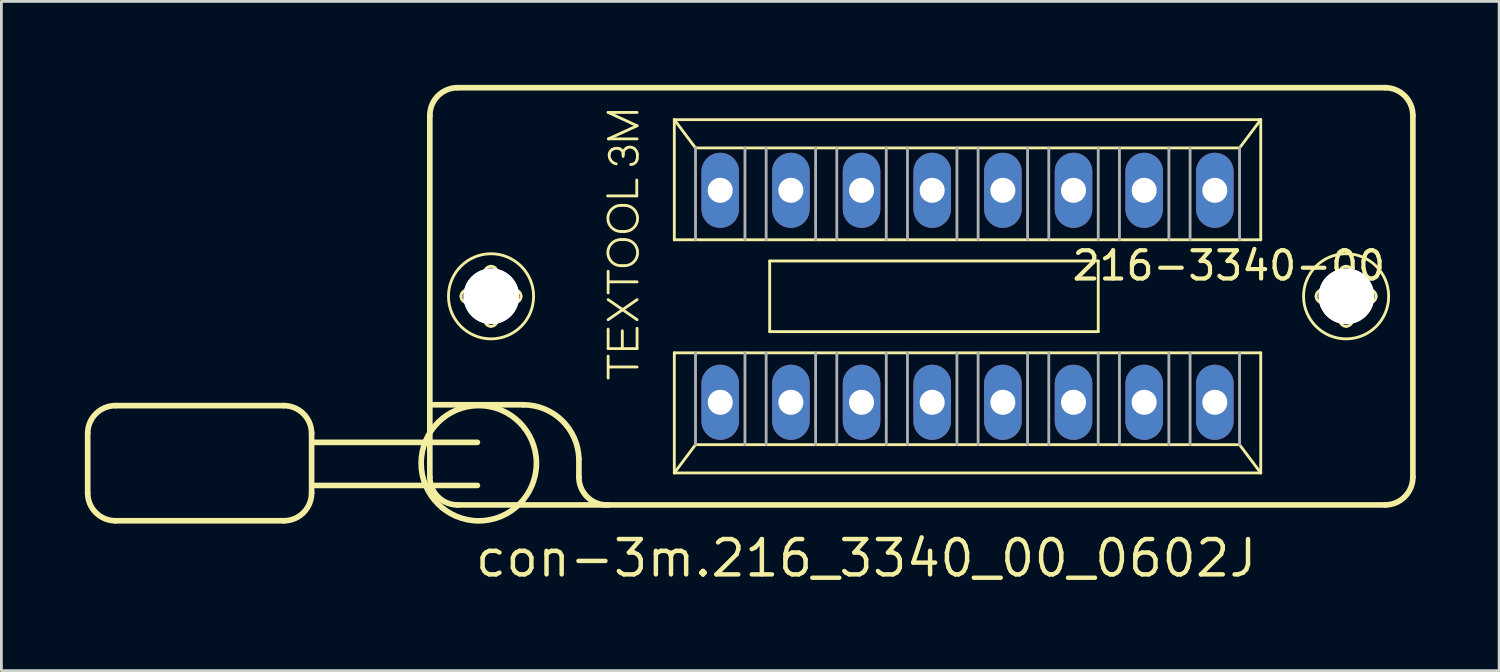
<source format=kicad_pcb>
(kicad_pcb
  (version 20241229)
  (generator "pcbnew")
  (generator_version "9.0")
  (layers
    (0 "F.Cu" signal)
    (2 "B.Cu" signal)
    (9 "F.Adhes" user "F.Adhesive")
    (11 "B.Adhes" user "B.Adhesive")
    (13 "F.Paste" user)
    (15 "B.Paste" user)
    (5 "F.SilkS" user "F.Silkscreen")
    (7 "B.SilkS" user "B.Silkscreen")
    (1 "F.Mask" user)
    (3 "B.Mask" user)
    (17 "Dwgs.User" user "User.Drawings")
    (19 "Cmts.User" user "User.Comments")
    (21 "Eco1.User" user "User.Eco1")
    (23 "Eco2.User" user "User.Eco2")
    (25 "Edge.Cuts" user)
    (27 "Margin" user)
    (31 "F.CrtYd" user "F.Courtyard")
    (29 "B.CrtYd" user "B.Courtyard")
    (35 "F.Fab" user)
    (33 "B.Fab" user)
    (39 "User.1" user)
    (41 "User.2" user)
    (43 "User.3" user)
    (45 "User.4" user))
  (footprint "con-3m.216_3340_00_0602J"
    (layer "F.Cu")
    (at 31.732 7.602)
    (property "Reference" "con-3m.216_3340_00_0602J" (at -17.78 10.16 0) (layer "F.SilkS") (effects (font (size 1.27 1.27) (thickness 0.16)) (justify left bottom)))
    (attr through_hole)
    (fp_line (start -31.63 4.93) (end -31.63 7.07) (stroke (width 0.203) (type default)) (layer "F.SilkS"))
    (fp_line (start -30.63 3.93) (end -24.58 3.93) (stroke (width 0.203) (type default)) (layer "F.SilkS"))
    (fp_line (start -24.58 8.07) (end -30.63 8.07) (stroke (width 0.203) (type default)) (layer "F.SilkS"))
    (fp_line (start -23.58 4.93) (end -23.58 7.07) (stroke (width 0.203) (type default)) (layer "F.SilkS"))
    (fp_line (start -19.33 6.5) (end -19.33 -6.5) (stroke (width 0.203) (type default)) (layer "F.SilkS"))
    (fp_line (start -19.22 3.9) (end -15.97 3.9) (stroke (width 0.203) (type default)) (layer "F.SilkS"))
    (fp_line (start -18.33 -7.5) (end 15.01 -7.5) (stroke (width 0.203) (type default)) (layer "F.SilkS"))
    (fp_line (start -17.98 -0.23) (end -17.43 -0.23) (stroke (width 0.102) (type default)) (layer "F.SilkS"))
    (fp_line (start -17.62 5.25) (end -23.53 5.25) (stroke (width 0.203) (type default)) (layer "F.SilkS"))
    (fp_line (start -17.62 6.8) (end -23.53 6.8) (stroke (width 0.203) (type default)) (layer "F.SilkS"))
    (fp_line (start -17.44 0.23) (end -17.98 0.23) (stroke (width 0.102) (type default)) (layer "F.SilkS"))
    (fp_line (start -17.36 -0.31) (end -17.36 -0.85) (stroke (width 0.102) (type default)) (layer "F.SilkS"))
    (fp_line (start -17.36 0.85) (end -17.36 0.3) (stroke (width 0.102) (type default)) (layer "F.SilkS"))
    (fp_line (start -16.9 -0.85) (end -16.9 -0.3) (stroke (width 0.102) (type default)) (layer "F.SilkS"))
    (fp_line (start -16.9 0.31) (end -16.9 0.85) (stroke (width 0.102) (type default)) (layer "F.SilkS"))
    (fp_line (start -16.82 -0.23) (end -16.28 -0.23) (stroke (width 0.102) (type default)) (layer "F.SilkS"))
    (fp_line (start -16.28 0.23) (end -16.83 0.23) (stroke (width 0.102) (type default)) (layer "F.SilkS"))
    (fp_line (start -13.97 5.85) (end -13.97 6.5) (stroke (width 0.203) (type default)) (layer "F.SilkS"))
    (fp_line (start -12.94 -3.61) (end -11.89 -3.61) (stroke (width 0.102) (type default)) (layer "F.SilkS"))
    (fp_line (start -12.92 -6.61) (end -11.88 -6.61) (stroke (width 0.102) (type default)) (layer "F.SilkS"))
    (fp_line (start -12.92 -0.12) (end -12.92 -0.9) (stroke (width 0.102) (type default)) (layer "F.SilkS"))
    (fp_line (start -12.92 0.12) (end -11.88 0.84) (stroke (width 0.102) (type default)) (layer "F.SilkS"))
    (fp_line (start -12.92 0.84) (end -11.88 0.12) (stroke (width 0.102) (type default)) (layer "F.SilkS"))
    (fp_line (start -12.92 1.18) (end -12.92 1.88) (stroke (width 0.102) (type default)) (layer "F.SilkS"))
    (fp_line (start -12.92 1.88) (end -11.88 1.88) (stroke (width 0.102) (type default)) (layer "F.SilkS"))
    (fp_line (start -12.92 2.94) (end -12.92 2.15) (stroke (width 0.102) (type default)) (layer "F.SilkS"))
    (fp_line (start -12.91 -5.66) (end -11.88 -6.13) (stroke (width 0.102) (type default)) (layer "F.SilkS"))
    (fp_line (start -12.91 2.54) (end -11.88 2.54) (stroke (width 0.102) (type default)) (layer "F.SilkS"))
    (fp_line (start -12.9 -0.52) (end -11.88 -0.52) (stroke (width 0.102) (type default)) (layer "F.SilkS"))
    (fp_line (start -12.46 -3.27) (end -12.33 -3.27) (stroke (width 0.102) (type default)) (layer "F.SilkS"))
    (fp_line (start -12.46 -2.33) (end -12.33 -2.33) (stroke (width 0.102) (type default)) (layer "F.SilkS"))
    (fp_line (start -12.46 -2.04) (end -12.33 -2.04) (stroke (width 0.102) (type default)) (layer "F.SilkS"))
    (fp_line (start -12.46 -1.1) (end -12.33 -1.1) (stroke (width 0.102) (type default)) (layer "F.SilkS"))
    (fp_line (start -12.41 1.24) (end -12.41 1.84) (stroke (width 0.102) (type default)) (layer "F.SilkS"))
    (fp_line (start -12.38 -5.03) (end -12.38 -5.12) (stroke (width 0.102) (type default)) (layer "F.SilkS"))
    (fp_line (start -11.89 -3.61) (end -11.89 -4.18) (stroke (width 0.102) (type default)) (layer "F.SilkS"))
    (fp_line (start -11.88 -6.13) (end -12.92 -6.61) (stroke (width 0.102) (type default)) (layer "F.SilkS"))
    (fp_line (start -11.88 -5.66) (end -12.91 -5.66) (stroke (width 0.102) (type default)) (layer "F.SilkS"))
    (fp_line (start -11.88 1.88) (end -11.88 1.15) (stroke (width 0.102) (type default)) (layer "F.SilkS"))
    (fp_line (start -10.541 -6.35) (end 10.541 -6.35) (stroke (width 0.102) (type default)) (layer "F.SilkS"))
    (fp_line (start -10.541 -2.032) (end -10.541 -6.35) (stroke (width 0.102) (type default)) (layer "F.SilkS"))
    (fp_line (start -10.541 2.032) (end 10.541 2.032) (stroke (width 0.102) (type default)) (layer "F.SilkS"))
    (fp_line (start -10.541 6.35) (end -10.541 2.032) (stroke (width 0.102) (type default)) (layer "F.SilkS"))
    (fp_line (start -10.541 6.35) (end -9.779 5.334) (stroke (width 0.102) (type default)) (layer "F.SilkS"))
    (fp_line (start -9.779 -5.334) (end -10.541 -6.35) (stroke (width 0.102) (type default)) (layer "F.SilkS"))
    (fp_line (start -9.779 5.334) (end 9.779 5.334) (stroke (width 0.102) (type default)) (layer "F.SilkS"))
    (fp_line (start -7.112 -1.27) (end 4.699 -1.27) (stroke (width 0.102) (type default)) (layer "F.SilkS"))
    (fp_line (start -7.112 1.27) (end -7.112 -1.27) (stroke (width 0.102) (type default)) (layer "F.SilkS"))
    (fp_line (start 4.699 -1.27) (end 4.699 1.27) (stroke (width 0.102) (type default)) (layer "F.SilkS"))
    (fp_line (start 4.699 1.27) (end -7.112 1.27) (stroke (width 0.102) (type default)) (layer "F.SilkS"))
    (fp_line (start 9.779 -5.334) (end -9.779 -5.334) (stroke (width 0.102) (type default)) (layer "F.SilkS"))
    (fp_line (start 9.779 5.334) (end 10.541 6.35) (stroke (width 0.102) (type default)) (layer "F.SilkS"))
    (fp_line (start 10.541 -6.35) (end 9.779 -5.334) (stroke (width 0.102) (type default)) (layer "F.SilkS"))
    (fp_line (start 10.541 -6.35) (end 10.541 -2.032) (stroke (width 0.102) (type default)) (layer "F.SilkS"))
    (fp_line (start 10.541 -2.032) (end -10.541 -2.032) (stroke (width 0.102) (type default)) (layer "F.SilkS"))
    (fp_line (start 10.541 2.032) (end 10.541 6.35) (stroke (width 0.102) (type default)) (layer "F.SilkS"))
    (fp_line (start 10.541 6.35) (end -10.541 6.35) (stroke (width 0.102) (type default)) (layer "F.SilkS"))
    (fp_line (start 12.76 -0.23) (end 13.31 -0.23) (stroke (width 0.102) (type default)) (layer "F.SilkS"))
    (fp_line (start 13.3 0.23) (end 12.76 0.23) (stroke (width 0.102) (type default)) (layer "F.SilkS"))
    (fp_line (start 13.38 -0.31) (end 13.38 -0.85) (stroke (width 0.102) (type default)) (layer "F.SilkS"))
    (fp_line (start 13.38 0.85) (end 13.38 0.3) (stroke (width 0.102) (type default)) (layer "F.SilkS"))
    (fp_line (start 13.84 -0.85) (end 13.84 -0.3) (stroke (width 0.102) (type default)) (layer "F.SilkS"))
    (fp_line (start 13.84 0.31) (end 13.84 0.85) (stroke (width 0.102) (type default)) (layer "F.SilkS"))
    (fp_line (start 13.92 -0.23) (end 14.46 -0.23) (stroke (width 0.102) (type default)) (layer "F.SilkS"))
    (fp_line (start 14.46 0.23) (end 13.91 0.23) (stroke (width 0.102) (type default)) (layer "F.SilkS"))
    (fp_line (start 15.01 7.5) (end -18.33 7.5) (stroke (width 0.203) (type default)) (layer "F.SilkS"))
    (fp_line (start 16.01 -6.5) (end 16.01 6.5) (stroke (width 0.203) (type default)) (layer "F.SilkS"))
    (fp_arc (start -31.63 4.93) (mid -31.337107 4.222893) (end -30.63 3.93) (stroke (width 0.2032) (type default)) (layer "F.SilkS"))
    (fp_arc (start -30.63 8.07) (mid -31.337107 7.777107) (end -31.63 7.07) (stroke (width 0.2032) (type default)) (layer "F.SilkS"))
    (fp_arc (start -24.58 3.93) (mid -23.872893 4.222893) (end -23.58 4.93) (stroke (width 0.2032) (type default)) (layer "F.SilkS"))
    (fp_arc (start -23.58 7.07) (mid -23.872893 7.777107) (end -24.58 8.07) (stroke (width 0.2032) (type default)) (layer "F.SilkS"))
    (fp_arc (start -19.33 -6.5) (mid -19.037107 -7.207107) (end -18.33 -7.5) (stroke (width 0.2032) (type default)) (layer "F.SilkS"))
    (fp_arc (start -18.33 7.5) (mid -19.037107 7.207107) (end -19.33 6.5) (stroke (width 0.2032) (type default)) (layer "F.SilkS"))
    (fp_arc (start -18.21 0) (mid -18.142635 -0.162635) (end -17.98 -0.23) (stroke (width 0.1016) (type default)) (layer "F.SilkS"))
    (fp_arc (start -17.98 0.23) (mid -18.142635 0.162635) (end -18.21 0) (stroke (width 0.1016) (type default)) (layer "F.SilkS"))
    (fp_arc (start -17.44 0.23) (mid -17.390503 0.250503) (end -17.37 0.3) (stroke (width 0.1016) (type default)) (layer "F.SilkS"))
    (fp_arc (start -17.36 -0.85) (mid -17.292635 -1.012635) (end -17.13 -1.08) (stroke (width 0.1016) (type default)) (layer "F.SilkS"))
    (fp_arc (start -17.36 -0.3) (mid -17.380503 -0.250503) (end -17.43 -0.23) (stroke (width 0.1016) (type default)) (layer "F.SilkS"))
    (fp_arc (start -17.13 -1.08) (mid -16.967365 -1.012635) (end -16.9 -0.85) (stroke (width 0.1016) (type default)) (layer "F.SilkS"))
    (fp_arc (start -17.13 1.08) (mid -17.292635 1.012635) (end -17.36 0.85) (stroke (width 0.1016) (type default)) (layer "F.SilkS"))
    (fp_arc (start -16.9 0.3) (mid -16.879497 0.250503) (end -16.83 0.23) (stroke (width 0.1016) (type default)) (layer "F.SilkS"))
    (fp_arc (start -16.9 0.85) (mid -16.967365 1.012635) (end -17.13 1.08) (stroke (width 0.1016) (type default)) (layer "F.SilkS"))
    (fp_arc (start -16.83 -0.23) (mid -16.879497 -0.250503) (end -16.9 -0.3) (stroke (width 0.1016) (type default)) (layer "F.SilkS"))
    (fp_arc (start -16.28 -0.23) (mid -16.117365 -0.162635) (end -16.05 0) (stroke (width 0.1016) (type default)) (layer "F.SilkS"))
    (fp_arc (start -16.05 0) (mid -16.117365 0.162635) (end -16.28 0.23) (stroke (width 0.1016) (type default)) (layer "F.SilkS"))
    (fp_arc (start -15.97 3.9) (mid -14.573341 4.46817) (end -13.97 5.85) (stroke (width 0.2032) (type default)) (layer "F.SilkS"))
    (fp_arc (start -12.92 7.5) (mid -13.659286 7.225) (end -13.97 6.5) (stroke (width 0.2032) (type default)) (layer "F.SilkS"))
    (fp_arc (start -12.88 -5.11) (mid -12.844621 -5.207696) (end -12.77 -5.28) (stroke (width 0.1016) (type default)) (layer "F.SilkS"))
    (fp_arc (start -12.77 -5.28) (mid -12.637382 -5.322157) (end -12.5 -5.3) (stroke (width 0.1016) (type default)) (layer "F.SilkS"))
    (fp_arc (start -12.63 -4.76) (mid -12.82297 -4.88645) (end -12.88 -5.11) (stroke (width 0.1016) (type default)) (layer "F.SilkS"))
    (fp_arc (start -12.5 -5.3) (mid -12.41275 -5.228167) (end -12.38 -5.12) (stroke (width 0.1016) (type default)) (layer "F.SilkS"))
    (fp_arc (start -12.46 -2.33) (mid -12.93 -2.8) (end -12.46 -3.27) (stroke (width 0.1016) (type default)) (layer "F.SilkS"))
    (fp_arc (start -12.46 -1.1) (mid -12.93 -1.57) (end -12.46 -2.04) (stroke (width 0.1016) (type default)) (layer "F.SilkS"))
    (fp_arc (start -12.38 -5.12) (mid -12.347891 -5.240938) (end -12.26 -5.33) (stroke (width 0.1016) (type default)) (layer "F.SilkS"))
    (fp_arc (start -12.33 -3.27) (mid -11.86 -2.8) (end -12.33 -2.33) (stroke (width 0.1016) (type default)) (layer "F.SilkS"))
    (fp_arc (start -12.33 -2.04) (mid -11.86 -1.57) (end -12.33 -1.1) (stroke (width 0.1016) (type default)) (layer "F.SilkS"))
    (fp_arc (start -12.26 -5.33) (mid -12.116886 -5.363595) (end -11.98 -5.31) (stroke (width 0.1016) (type default)) (layer "F.SilkS"))
    (fp_arc (start -11.98 -5.31) (mid -11.905084 -5.220954) (end -11.87 -5.11) (stroke (width 0.1016) (type default)) (layer "F.SilkS"))
    (fp_arc (start -11.88 -4.92) (mid -11.962524 -4.788503) (end -12.11 -4.74) (stroke (width 0.1016) (type default)) (layer "F.SilkS"))
    (fp_arc (start -11.87 -5.11) (mid -11.867277 -5.014594) (end -11.88 -4.92) (stroke (width 0.1016) (type default)) (layer "F.SilkS"))
    (fp_arc (start 12.53 0) (mid 12.597365 -0.162635) (end 12.76 -0.23) (stroke (width 0.1016) (type default)) (layer "F.SilkS"))
    (fp_arc (start 12.76 0.23) (mid 12.597365 0.162635) (end 12.53 0) (stroke (width 0.1016) (type default)) (layer "F.SilkS"))
    (fp_arc (start 13.3 0.23) (mid 13.349497 0.250503) (end 13.37 0.3) (stroke (width 0.1016) (type default)) (layer "F.SilkS"))
    (fp_arc (start 13.38 -0.85) (mid 13.447365 -1.012635) (end 13.61 -1.08) (stroke (width 0.1016) (type default)) (layer "F.SilkS"))
    (fp_arc (start 13.38 -0.3) (mid 13.359497 -0.250503) (end 13.31 -0.23) (stroke (width 0.1016) (type default)) (layer "F.SilkS"))
    (fp_arc (start 13.61 -1.08) (mid 13.772635 -1.012635) (end 13.84 -0.85) (stroke (width 0.1016) (type default)) (layer "F.SilkS"))
    (fp_arc (start 13.61 1.08) (mid 13.447365 1.012635) (end 13.38 0.85) (stroke (width 0.1016) (type default)) (layer "F.SilkS"))
    (fp_arc (start 13.84 0.3) (mid 13.860503 0.250503) (end 13.91 0.23) (stroke (width 0.1016) (type default)) (layer "F.SilkS"))
    (fp_arc (start 13.84 0.85) (mid 13.772635 1.012635) (end 13.61 1.08) (stroke (width 0.1016) (type default)) (layer "F.SilkS"))
    (fp_arc (start 13.91 -0.23) (mid 13.860503 -0.250503) (end 13.84 -0.3) (stroke (width 0.1016) (type default)) (layer "F.SilkS"))
    (fp_arc (start 14.46 -0.23) (mid 14.622635 -0.162635) (end 14.69 0) (stroke (width 0.1016) (type default)) (layer "F.SilkS"))
    (fp_arc (start 14.69 0) (mid 14.622635 0.162635) (end 14.46 0.23) (stroke (width 0.1016) (type default)) (layer "F.SilkS"))
    (fp_arc (start 15.01 -7.5) (mid 15.717107 -7.207107) (end 16.01 -6.5) (stroke (width 0.2032) (type default)) (layer "F.SilkS"))
    (fp_arc (start 16.01 6.5) (mid 15.717107 7.207107) (end 15.01 7.5) (stroke (width 0.2032) (type default)) (layer "F.SilkS"))
    (fp_circle (center -17.57 6) (end -15.498 6) (stroke (width 0.203) (type default)) (fill no) (layer "F.SilkS"))
    (fp_circle (center -17.13 0) (end -15.6 0) (stroke (width 0.102) (type default)) (fill no) (layer "F.SilkS"))
    (fp_circle (center 13.61 0) (end 15.14 0) (stroke (width 0.102) (type default)) (fill no) (layer "F.SilkS"))
    (fp_line (start -9.779 -5.334) (end -9.779 -2.032) (stroke (width 0.102) (type default)) (layer "F.Fab"))
    (fp_line (start -9.779 2.032) (end -9.779 5.334) (stroke (width 0.102) (type default)) (layer "F.Fab"))
    (fp_line (start -8.001 -2.032) (end -8.001 -5.334) (stroke (width 0.102) (type default)) (layer "F.Fab"))
    (fp_line (start -8.001 2.032) (end -8.001 5.334) (stroke (width 0.102) (type default)) (layer "F.Fab"))
    (fp_line (start -7.239 -2.032) (end -7.239 -5.334) (stroke (width 0.102) (type default)) (layer "F.Fab"))
    (fp_line (start -7.239 2.032) (end -7.239 5.334) (stroke (width 0.102) (type default)) (layer "F.Fab"))
    (fp_line (start -5.461 -2.032) (end -5.461 -5.334) (stroke (width 0.102) (type default)) (layer "F.Fab"))
    (fp_line (start -5.461 2.032) (end -5.461 5.334) (stroke (width 0.102) (type default)) (layer "F.Fab"))
    (fp_line (start -4.699 -2.032) (end -4.699 -5.334) (stroke (width 0.102) (type default)) (layer "F.Fab"))
    (fp_line (start -4.699 2.032) (end -4.699 5.334) (stroke (width 0.102) (type default)) (layer "F.Fab"))
    (fp_line (start -2.921 -2.032) (end -2.921 -5.334) (stroke (width 0.102) (type default)) (layer "F.Fab"))
    (fp_line (start -2.921 2.032) (end -2.921 5.334) (stroke (width 0.102) (type default)) (layer "F.Fab"))
    (fp_line (start -2.159 -2.032) (end -2.159 -5.334) (stroke (width 0.102) (type default)) (layer "F.Fab"))
    (fp_line (start -2.159 2.032) (end -2.159 5.334) (stroke (width 0.102) (type default)) (layer "F.Fab"))
    (fp_line (start -0.381 -2.032) (end -0.381 -5.334) (stroke (width 0.102) (type default)) (layer "F.Fab"))
    (fp_line (start -0.381 2.032) (end -0.381 5.334) (stroke (width 0.102) (type default)) (layer "F.Fab"))
    (fp_line (start 0.381 -2.032) (end 0.381 -5.334) (stroke (width 0.102) (type default)) (layer "F.Fab"))
    (fp_line (start 0.381 2.032) (end 0.381 5.334) (stroke (width 0.102) (type default)) (layer "F.Fab"))
    (fp_line (start 2.159 -2.032) (end 2.159 -5.334) (stroke (width 0.102) (type default)) (layer "F.Fab"))
    (fp_line (start 2.159 2.032) (end 2.159 5.334) (stroke (width 0.102) (type default)) (layer "F.Fab"))
    (fp_line (start 2.921 -2.032) (end 2.921 -5.334) (stroke (width 0.102) (type default)) (layer "F.Fab"))
    (fp_line (start 2.921 2.032) (end 2.921 5.334) (stroke (width 0.102) (type default)) (layer "F.Fab"))
    (fp_line (start 4.699 -2.032) (end 4.699 -5.334) (stroke (width 0.102) (type default)) (layer "F.Fab"))
    (fp_line (start 4.699 2.032) (end 4.699 5.334) (stroke (width 0.102) (type default)) (layer "F.Fab"))
    (fp_line (start 5.461 -2.032) (end 5.461 -5.334) (stroke (width 0.102) (type default)) (layer "F.Fab"))
    (fp_line (start 5.461 2.032) (end 5.461 5.334) (stroke (width 0.102) (type default)) (layer "F.Fab"))
    (fp_line (start 7.239 -2.032) (end 7.239 -5.334) (stroke (width 0.102) (type default)) (layer "F.Fab"))
    (fp_line (start 7.239 2.032) (end 7.239 5.334) (stroke (width 0.102) (type default)) (layer "F.Fab"))
    (fp_line (start 8.001 -2.032) (end 8.001 -5.334) (stroke (width 0.102) (type default)) (layer "F.Fab"))
    (fp_line (start 8.001 2.032) (end 8.001 5.334) (stroke (width 0.102) (type default)) (layer "F.Fab"))
    (fp_line (start 9.779 -2.032) (end 9.779 -5.334) (stroke (width 0.102) (type default)) (layer "F.Fab"))
    (fp_line (start 9.779 5.334) (end 9.779 2.032) (stroke (width 0.102) (type default)) (layer "F.Fab"))
    (fp_text user "216-3340-00" (at 3.683 -0.508 180) (layer "F.SilkS") (effects (font (size 1.016 1.016) (thickness 0.15)) (justify left bottom)))
    (pad "" np_thru_hole circle (at -17.12 0) (size 2 2) (drill 2) (layers "*.Cu" "*.Mask"))
    (pad "" np_thru_hole circle (at -17.12 0) (size 2 2) (drill 2) (layers "*.Cu" "*.Mask"))
    (pad "" np_thru_hole circle (at 13.62 0) (size 2 2) (drill 2) (layers "*.Cu" "*.Mask"))
    (pad "" np_thru_hole circle (at 13.62 0) (size 2 2) (drill 2) (layers "*.Cu" "*.Mask"))
    (pad "1" thru_hole oval (at -8.89 3.81 90) (size 2.7 1.35) (drill 0.9) (layers "*.Cu" "*.Mask"))
    (pad "2" thru_hole oval (at -6.35 3.81 90) (size 2.7 1.35) (drill 0.9) (layers "*.Cu" "*.Mask"))
    (pad "3" thru_hole oval (at -3.81 3.81 90) (size 2.7 1.35) (drill 0.9) (layers "*.Cu" "*.Mask"))
    (pad "4" thru_hole oval (at -1.27 3.81 90) (size 2.7 1.35) (drill 0.9) (layers "*.Cu" "*.Mask"))
    (pad "5" thru_hole oval (at 1.27 3.81 90) (size 2.7 1.35) (drill 0.9) (layers "*.Cu" "*.Mask"))
    (pad "6" thru_hole oval (at 3.81 3.81 90) (size 2.7 1.35) (drill 0.9) (layers "*.Cu" "*.Mask"))
    (pad "7" thru_hole oval (at 6.35 3.81 90) (size 2.7 1.35) (drill 0.9) (layers "*.Cu" "*.Mask"))
    (pad "8" thru_hole oval (at 8.89 3.81 90) (size 2.7 1.35) (drill 0.9) (layers "*.Cu" "*.Mask"))
    (pad "9" thru_hole oval (at 8.89 -3.81 90) (size 2.7 1.35) (drill 0.9) (layers "*.Cu" "*.Mask"))
    (pad "10" thru_hole oval (at 6.35 -3.81 90) (size 2.7 1.35) (drill 0.9) (layers "*.Cu" "*.Mask"))
    (pad "11" thru_hole oval (at 3.81 -3.81 90) (size 2.7 1.35) (drill 0.9) (layers "*.Cu" "*.Mask"))
    (pad "12" thru_hole oval (at 1.27 -3.81 90) (size 2.7 1.35) (drill 0.9) (layers "*.Cu" "*.Mask"))
    (pad "13" thru_hole oval (at -1.27 -3.81 90) (size 2.7 1.35) (drill 0.9) (layers "*.Cu" "*.Mask"))
    (pad "14" thru_hole oval (at -3.81 -3.81 90) (size 2.7 1.35) (drill 0.9) (layers "*.Cu" "*.Mask"))
    (pad "15" thru_hole oval (at -6.35 -3.81 90) (size 2.7 1.35) (drill 0.9) (layers "*.Cu" "*.Mask"))
    (pad "16" thru_hole oval (at -8.89 -3.81 90) (size 2.7 1.35) (drill 0.9) (layers "*.Cu" "*.Mask")))
  (gr_rect
    (start -3 -3)
    (end 50.843 21.059)
    (stroke (width 0.1) (type default))
    (fill no)
    (layer "Edge.Cuts")))
</source>
